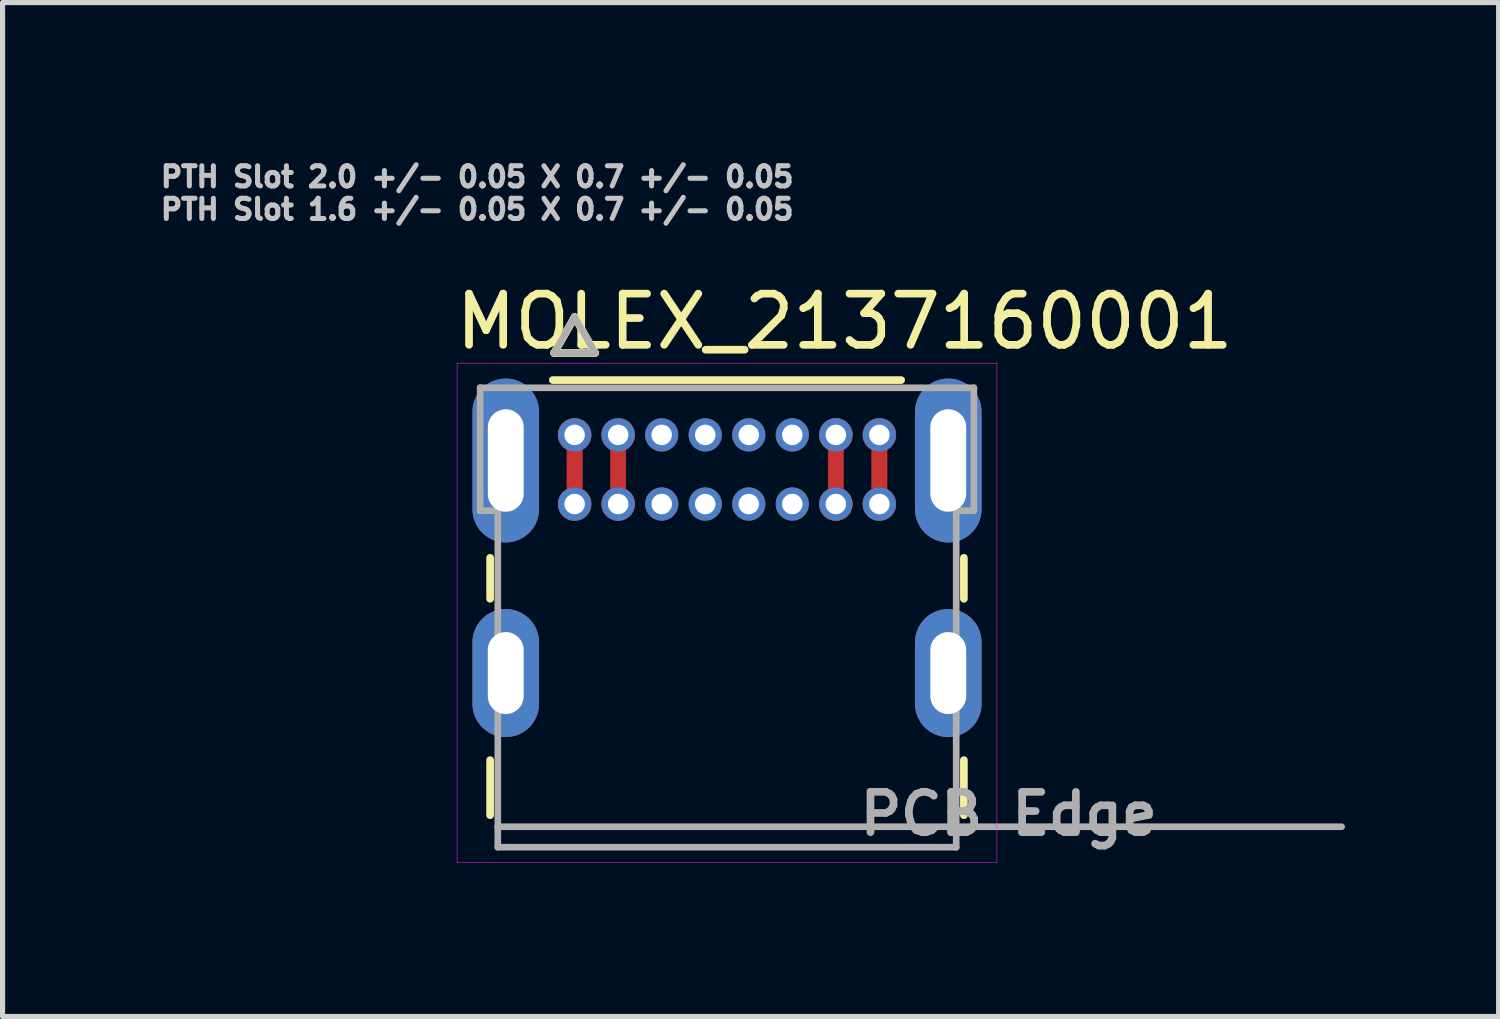
<source format=kicad_pcb>
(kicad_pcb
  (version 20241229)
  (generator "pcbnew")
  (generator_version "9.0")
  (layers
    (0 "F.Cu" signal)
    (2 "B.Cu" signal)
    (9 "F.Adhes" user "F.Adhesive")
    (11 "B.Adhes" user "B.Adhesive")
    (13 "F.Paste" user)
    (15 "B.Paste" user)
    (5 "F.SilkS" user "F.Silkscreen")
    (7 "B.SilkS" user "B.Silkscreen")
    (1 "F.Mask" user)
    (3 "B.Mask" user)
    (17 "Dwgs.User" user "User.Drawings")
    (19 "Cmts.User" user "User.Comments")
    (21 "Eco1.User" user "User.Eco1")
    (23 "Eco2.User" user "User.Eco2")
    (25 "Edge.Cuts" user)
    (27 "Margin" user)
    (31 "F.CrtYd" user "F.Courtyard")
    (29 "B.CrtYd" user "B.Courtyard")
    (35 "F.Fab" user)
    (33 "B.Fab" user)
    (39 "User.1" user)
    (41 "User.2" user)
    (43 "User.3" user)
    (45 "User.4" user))
  (footprint "MOLEX_2137160001"
    (layer "F.Cu")
    (at 11.144 13.091)
    (property "Reference" "MOLEX_2137160001" (at 2.297 -9.863 0) (layer "F.SilkS") (effects (font (size 1 1) (thickness 0.15))))
    (attr through_hole)
    (fp_poly (pts (xy -2.825 -6.587) (xy -2.775 -6.555) (xy -2.733 -6.516) (xy -2.699 -6.47) (xy -2.673 -6.419) (xy -2.657 -6.364) (xy -2.651 -6.307) (xy -2.655 -6.25) (xy -2.669 -6.194) (xy -2.692 -6.142) (xy -2.724 -6.095) (xy -2.764 -6.054) (xy -2.811 -6.021) (xy -2.863 -5.996) (xy -2.918 -5.981) (xy -2.975 -5.976) (xy -3.032 -5.981) (xy -3.087 -5.996) (xy -3.139 -6.021) (xy -3.186 -6.054) (xy -3.226 -6.095) (xy -3.258 -6.142) (xy -3.281 -6.194) (xy -3.295 -6.25) (xy -3.299 -6.307) (xy -3.293 -6.364) (xy -3.277 -6.419) (xy -3.251 -6.47) (xy -3.217 -6.516) (xy -3.175 -6.555) (xy -3.125 -6.587) (xy -3.125 -7.363) (xy -3.175 -7.395) (xy -3.217 -7.434) (xy -3.251 -7.48) (xy -3.277 -7.531) (xy -3.293 -7.586) (xy -3.299 -7.643) (xy -3.295 -7.7) (xy -3.281 -7.756) (xy -3.258 -7.808) (xy -3.226 -7.855) (xy -3.186 -7.896) (xy -3.139 -7.929) (xy -3.087 -7.954) (xy -3.032 -7.969) (xy -2.975 -7.974) (xy -2.918 -7.969) (xy -2.863 -7.954) (xy -2.811 -7.929) (xy -2.764 -7.896) (xy -2.724 -7.855) (xy -2.692 -7.808) (xy -2.669 -7.756) (xy -2.655 -7.7) (xy -2.651 -7.643) (xy -2.657 -7.586) (xy -2.673 -7.531) (xy -2.699 -7.48) (xy -2.733 -7.434) (xy -2.775 -7.395) (xy -2.825 -7.363) (xy -2.825 -6.587) (xy -2.825 -6.587)) (stroke (width 0.01) (type solid)) (fill yes) (layer "F.Cu"))
    (fp_poly (pts (xy -1.975 -6.587) (xy -1.925 -6.555) (xy -1.883 -6.516) (xy -1.849 -6.47) (xy -1.823 -6.419) (xy -1.807 -6.364) (xy -1.801 -6.307) (xy -1.805 -6.25) (xy -1.819 -6.194) (xy -1.842 -6.142) (xy -1.874 -6.095) (xy -1.914 -6.054) (xy -1.961 -6.021) (xy -2.013 -5.996) (xy -2.068 -5.981) (xy -2.125 -5.976) (xy -2.182 -5.981) (xy -2.237 -5.996) (xy -2.289 -6.021) (xy -2.336 -6.054) (xy -2.376 -6.095) (xy -2.408 -6.142) (xy -2.431 -6.194) (xy -2.445 -6.25) (xy -2.449 -6.307) (xy -2.443 -6.364) (xy -2.427 -6.419) (xy -2.401 -6.47) (xy -2.367 -6.516) (xy -2.325 -6.555) (xy -2.275 -6.587) (xy -2.275 -7.363) (xy -2.325 -7.395) (xy -2.367 -7.434) (xy -2.401 -7.48) (xy -2.427 -7.531) (xy -2.443 -7.586) (xy -2.449 -7.643) (xy -2.445 -7.7) (xy -2.431 -7.756) (xy -2.408 -7.808) (xy -2.376 -7.855) (xy -2.336 -7.896) (xy -2.289 -7.929) (xy -2.237 -7.954) (xy -2.182 -7.969) (xy -2.125 -7.974) (xy -2.068 -7.969) (xy -2.013 -7.954) (xy -1.961 -7.929) (xy -1.914 -7.896) (xy -1.874 -7.855) (xy -1.842 -7.808) (xy -1.819 -7.756) (xy -1.805 -7.7) (xy -1.801 -7.643) (xy -1.807 -7.586) (xy -1.823 -7.531) (xy -1.849 -7.48) (xy -1.883 -7.434) (xy -1.925 -7.395) (xy -1.975 -7.363) (xy -1.975 -6.587) (xy -1.975 -6.587)) (stroke (width 0.01) (type solid)) (fill yes) (layer "F.Cu"))
    (fp_poly (pts (xy 1.975 -7.363) (xy 1.975 -6.587) (xy 1.925 -6.555) (xy 1.883 -6.516) (xy 1.849 -6.47) (xy 1.823 -6.419) (xy 1.807 -6.364) (xy 1.801 -6.307) (xy 1.805 -6.25) (xy 1.819 -6.194) (xy 1.842 -6.142) (xy 1.874 -6.095) (xy 1.914 -6.054) (xy 1.961 -6.021) (xy 2.013 -5.996) (xy 2.068 -5.981) (xy 2.125 -5.976) (xy 2.182 -5.981) (xy 2.237 -5.996) (xy 2.289 -6.021) (xy 2.336 -6.054) (xy 2.376 -6.095) (xy 2.408 -6.142) (xy 2.431 -6.194) (xy 2.445 -6.25) (xy 2.449 -6.307) (xy 2.443 -6.364) (xy 2.427 -6.419) (xy 2.401 -6.47) (xy 2.367 -6.516) (xy 2.325 -6.555) (xy 2.275 -6.587) (xy 2.275 -7.363) (xy 2.325 -7.395) (xy 2.367 -7.434) (xy 2.401 -7.48) (xy 2.427 -7.531) (xy 2.443 -7.586) (xy 2.449 -7.643) (xy 2.445 -7.7) (xy 2.431 -7.756) (xy 2.408 -7.808) (xy 2.376 -7.855) (xy 2.336 -7.896) (xy 2.289 -7.929) (xy 2.237 -7.954) (xy 2.182 -7.969) (xy 2.125 -7.974) (xy 2.068 -7.969) (xy 2.013 -7.954) (xy 1.961 -7.929) (xy 1.914 -7.896) (xy 1.874 -7.855) (xy 1.842 -7.808) (xy 1.819 -7.756) (xy 1.805 -7.7) (xy 1.801 -7.643) (xy 1.807 -7.586) (xy 1.823 -7.531) (xy 1.849 -7.48) (xy 1.883 -7.434) (xy 1.925 -7.395) (xy 1.975 -7.363) (xy 1.975 -7.363)) (stroke (width 0.01) (type solid)) (fill yes) (layer "F.Cu"))
    (fp_poly (pts (xy 3.125 -6.587) (xy 3.175 -6.555) (xy 3.217 -6.516) (xy 3.251 -6.47) (xy 3.277 -6.419) (xy 3.293 -6.364) (xy 3.299 -6.307) (xy 3.295 -6.25) (xy 3.281 -6.194) (xy 3.258 -6.142) (xy 3.226 -6.095) (xy 3.186 -6.054) (xy 3.139 -6.021) (xy 3.087 -5.996) (xy 3.032 -5.981) (xy 2.975 -5.976) (xy 2.918 -5.981) (xy 2.863 -5.996) (xy 2.811 -6.021) (xy 2.764 -6.054) (xy 2.724 -6.095) (xy 2.692 -6.142) (xy 2.669 -6.194) (xy 2.655 -6.25) (xy 2.651 -6.307) (xy 2.657 -6.364) (xy 2.673 -6.419) (xy 2.699 -6.47) (xy 2.733 -6.516) (xy 2.775 -6.555) (xy 2.825 -6.587) (xy 2.825 -7.363) (xy 2.775 -7.395) (xy 2.733 -7.434) (xy 2.699 -7.48) (xy 2.673 -7.531) (xy 2.657 -7.586) (xy 2.651 -7.643) (xy 2.655 -7.7) (xy 2.669 -7.756) (xy 2.692 -7.808) (xy 2.724 -7.855) (xy 2.764 -7.896) (xy 2.811 -7.929) (xy 2.863 -7.954) (xy 2.918 -7.969) (xy 2.975 -7.974) (xy 3.032 -7.969) (xy 3.087 -7.954) (xy 3.139 -7.929) (xy 3.186 -7.896) (xy 3.226 -7.855) (xy 3.258 -7.808) (xy 3.281 -7.756) (xy 3.295 -7.7) (xy 3.299 -7.643) (xy 3.293 -7.586) (xy 3.277 -7.531) (xy 3.251 -7.48) (xy 3.217 -7.434) (xy 3.175 -7.395) (xy 3.125 -7.363) (xy 3.125 -6.587) (xy 3.125 -6.587)) (stroke (width 0.01) (type solid)) (fill yes) (layer "F.Cu"))
    (fp_circle (center -1.275 -7.65) (end -1.081 -7.65) (stroke (width 0.388) (type solid)) (fill no) (layer "F.Mask"))
    (fp_circle (center -1.275 -6.3) (end -1.081 -6.3) (stroke (width 0.388) (type solid)) (fill no) (layer "F.Mask"))
    (fp_circle (center -0.425 -7.65) (end -0.231 -7.65) (stroke (width 0.388) (type solid)) (fill no) (layer "F.Mask"))
    (fp_circle (center -0.425 -6.3) (end -0.231 -6.3) (stroke (width 0.388) (type solid)) (fill no) (layer "F.Mask"))
    (fp_circle (center 0.425 -7.65) (end 0.619 -7.65) (stroke (width 0.388) (type solid)) (fill no) (layer "F.Mask"))
    (fp_circle (center 0.425 -6.3) (end 0.619 -6.3) (stroke (width 0.388) (type solid)) (fill no) (layer "F.Mask"))
    (fp_circle (center 1.275 -7.65) (end 1.469 -7.65) (stroke (width 0.388) (type solid)) (fill no) (layer "F.Mask"))
    (fp_circle (center 1.275 -6.3) (end 1.469 -6.3) (stroke (width 0.388) (type solid)) (fill no) (layer "F.Mask"))
    (fp_poly (pts (xy -3.188 -7.327) (xy -3.188 -6.623) (xy -3.238 -6.584) (xy -3.283 -6.535) (xy -3.318 -6.48) (xy -3.344 -6.418) (xy -3.359 -6.354) (xy -3.362 -6.288) (xy -3.355 -6.222) (xy -3.336 -6.159) (xy -3.306 -6.099) (xy -3.267 -6.046) (xy -3.22 -6) (xy -3.165 -5.962) (xy -3.105 -5.935) (xy -3.041 -5.918) (xy -2.975 -5.912) (xy -2.909 -5.918) (xy -2.845 -5.935) (xy -2.785 -5.962) (xy -2.73 -6) (xy -2.683 -6.046) (xy -2.644 -6.099) (xy -2.614 -6.159) (xy -2.595 -6.222) (xy -2.588 -6.288) (xy -2.591 -6.354) (xy -2.606 -6.418) (xy -2.632 -6.48) (xy -2.667 -6.535) (xy -2.712 -6.584) (xy -2.761 -6.623) (xy -2.761 -7.327) (xy -2.712 -7.366) (xy -2.667 -7.415) (xy -2.632 -7.47) (xy -2.606 -7.532) (xy -2.591 -7.596) (xy -2.588 -7.662) (xy -2.595 -7.728) (xy -2.614 -7.791) (xy -2.644 -7.851) (xy -2.683 -7.904) (xy -2.73 -7.95) (xy -2.785 -7.988) (xy -2.845 -8.015) (xy -2.909 -8.032) (xy -2.975 -8.038) (xy -3.041 -8.032) (xy -3.105 -8.015) (xy -3.165 -7.988) (xy -3.22 -7.95) (xy -3.267 -7.904) (xy -3.306 -7.851) (xy -3.336 -7.791) (xy -3.355 -7.728) (xy -3.362 -7.662) (xy -3.359 -7.596) (xy -3.344 -7.532) (xy -3.318 -7.47) (xy -3.283 -7.415) (xy -3.238 -7.366) (xy -3.188 -7.327) (xy -3.188 -7.327)) (stroke (width 0.01) (type solid)) (fill yes) (layer "F.Mask"))
    (fp_poly (pts (xy -1.911 -6.623) (xy -1.862 -6.584) (xy -1.817 -6.535) (xy -1.782 -6.48) (xy -1.756 -6.418) (xy -1.741 -6.354) (xy -1.738 -6.288) (xy -1.745 -6.222) (xy -1.764 -6.159) (xy -1.794 -6.099) (xy -1.833 -6.046) (xy -1.88 -6) (xy -1.935 -5.962) (xy -1.995 -5.935) (xy -2.059 -5.918) (xy -2.125 -5.912) (xy -2.191 -5.918) (xy -2.255 -5.935) (xy -2.315 -5.962) (xy -2.37 -6) (xy -2.417 -6.046) (xy -2.456 -6.099) (xy -2.486 -6.159) (xy -2.505 -6.222) (xy -2.512 -6.288) (xy -2.509 -6.354) (xy -2.494 -6.418) (xy -2.468 -6.48) (xy -2.433 -6.535) (xy -2.388 -6.584) (xy -2.338 -6.623) (xy -2.338 -7.327) (xy -2.388 -7.366) (xy -2.433 -7.415) (xy -2.468 -7.47) (xy -2.494 -7.532) (xy -2.509 -7.596) (xy -2.512 -7.662) (xy -2.505 -7.728) (xy -2.486 -7.791) (xy -2.456 -7.851) (xy -2.417 -7.904) (xy -2.37 -7.95) (xy -2.315 -7.988) (xy -2.255 -8.015) (xy -2.191 -8.032) (xy -2.125 -8.038) (xy -2.059 -8.032) (xy -1.995 -8.015) (xy -1.935 -7.988) (xy -1.88 -7.95) (xy -1.833 -7.904) (xy -1.794 -7.851) (xy -1.764 -7.791) (xy -1.745 -7.728) (xy -1.738 -7.662) (xy -1.741 -7.596) (xy -1.756 -7.532) (xy -1.782 -7.47) (xy -1.817 -7.415) (xy -1.862 -7.366) (xy -1.911 -7.327) (xy -1.911 -6.623) (xy -1.911 -6.623)) (stroke (width 0.01) (type solid)) (fill yes) (layer "F.Mask"))
    (fp_poly (pts (xy 2.338 -6.623) (xy 2.388 -6.584) (xy 2.433 -6.535) (xy 2.468 -6.48) (xy 2.494 -6.418) (xy 2.509 -6.354) (xy 2.512 -6.288) (xy 2.505 -6.222) (xy 2.486 -6.159) (xy 2.456 -6.099) (xy 2.417 -6.046) (xy 2.37 -6) (xy 2.315 -5.962) (xy 2.255 -5.935) (xy 2.191 -5.918) (xy 2.125 -5.912) (xy 2.059 -5.918) (xy 1.995 -5.935) (xy 1.935 -5.962) (xy 1.88 -6) (xy 1.833 -6.046) (xy 1.794 -6.099) (xy 1.764 -6.159) (xy 1.745 -6.222) (xy 1.738 -6.288) (xy 1.741 -6.354) (xy 1.756 -6.418) (xy 1.782 -6.48) (xy 1.817 -6.535) (xy 1.862 -6.584) (xy 1.911 -6.623) (xy 1.911 -7.327) (xy 1.862 -7.366) (xy 1.817 -7.415) (xy 1.782 -7.47) (xy 1.756 -7.532) (xy 1.741 -7.596) (xy 1.738 -7.662) (xy 1.745 -7.728) (xy 1.764 -7.791) (xy 1.794 -7.851) (xy 1.833 -7.904) (xy 1.88 -7.95) (xy 1.935 -7.988) (xy 1.995 -8.015) (xy 2.059 -8.032) (xy 2.125 -8.038) (xy 2.191 -8.032) (xy 2.255 -8.015) (xy 2.315 -7.988) (xy 2.37 -7.95) (xy 2.417 -7.904) (xy 2.456 -7.851) (xy 2.486 -7.791) (xy 2.505 -7.728) (xy 2.512 -7.662) (xy 2.509 -7.596) (xy 2.494 -7.532) (xy 2.468 -7.47) (xy 2.433 -7.415) (xy 2.388 -7.366) (xy 2.338 -7.327) (xy 2.338 -6.623) (xy 2.338 -6.623)) (stroke (width 0.01) (type solid)) (fill yes) (layer "F.Mask"))
    (fp_poly (pts (xy 2.761 -7.327) (xy 2.761 -6.623) (xy 2.712 -6.584) (xy 2.667 -6.535) (xy 2.632 -6.48) (xy 2.606 -6.418) (xy 2.591 -6.354) (xy 2.588 -6.288) (xy 2.595 -6.222) (xy 2.614 -6.159) (xy 2.644 -6.099) (xy 2.683 -6.046) (xy 2.73 -6) (xy 2.785 -5.962) (xy 2.845 -5.935) (xy 2.909 -5.918) (xy 2.975 -5.912) (xy 3.041 -5.918) (xy 3.105 -5.935) (xy 3.165 -5.962) (xy 3.22 -6) (xy 3.267 -6.046) (xy 3.306 -6.099) (xy 3.336 -6.159) (xy 3.355 -6.222) (xy 3.362 -6.288) (xy 3.359 -6.354) (xy 3.344 -6.418) (xy 3.318 -6.48) (xy 3.283 -6.535) (xy 3.238 -6.584) (xy 3.188 -6.623) (xy 3.188 -7.327) (xy 3.238 -7.366) (xy 3.283 -7.415) (xy 3.318 -7.47) (xy 3.344 -7.532) (xy 3.359 -7.596) (xy 3.362 -7.662) (xy 3.355 -7.728) (xy 3.336 -7.791) (xy 3.306 -7.851) (xy 3.267 -7.904) (xy 3.22 -7.95) (xy 3.165 -7.988) (xy 3.105 -8.015) (xy 3.041 -8.032) (xy 2.975 -8.038) (xy 2.909 -8.032) (xy 2.845 -8.015) (xy 2.785 -7.988) (xy 2.73 -7.95) (xy 2.683 -7.904) (xy 2.644 -7.851) (xy 2.614 -7.791) (xy 2.595 -7.728) (xy 2.588 -7.662) (xy 2.591 -7.596) (xy 2.606 -7.532) (xy 2.632 -7.47) (xy 2.667 -7.415) (xy 2.712 -7.366) (xy 2.761 -7.327) (xy 2.761 -7.327)) (stroke (width 0.01) (type solid)) (fill yes) (layer "F.Mask"))
    (fp_circle (center -2.975 -7.65) (end -2.781 -7.65) (stroke (width 0.388) (type solid)) (fill no) (layer "B.Mask"))
    (fp_circle (center -2.975 -6.3) (end -2.781 -6.3) (stroke (width 0.388) (type solid)) (fill no) (layer "B.Mask"))
    (fp_circle (center -2.125 -7.65) (end -1.931 -7.65) (stroke (width 0.388) (type solid)) (fill no) (layer "B.Mask"))
    (fp_circle (center -2.125 -6.3) (end -1.931 -6.3) (stroke (width 0.388) (type solid)) (fill no) (layer "B.Mask"))
    (fp_circle (center -1.275 -7.65) (end -1.081 -7.65) (stroke (width 0.388) (type solid)) (fill no) (layer "B.Mask"))
    (fp_circle (center -1.275 -6.3) (end -1.081 -6.3) (stroke (width 0.388) (type solid)) (fill no) (layer "B.Mask"))
    (fp_circle (center -0.425 -7.65) (end -0.231 -7.65) (stroke (width 0.388) (type solid)) (fill no) (layer "B.Mask"))
    (fp_circle (center -0.425 -6.3) (end -0.231 -6.3) (stroke (width 0.388) (type solid)) (fill no) (layer "B.Mask"))
    (fp_circle (center 0.425 -7.65) (end 0.619 -7.65) (stroke (width 0.388) (type solid)) (fill no) (layer "B.Mask"))
    (fp_circle (center 0.425 -6.3) (end 0.619 -6.3) (stroke (width 0.388) (type solid)) (fill no) (layer "B.Mask"))
    (fp_circle (center 1.275 -7.65) (end 1.469 -7.65) (stroke (width 0.388) (type solid)) (fill no) (layer "B.Mask"))
    (fp_circle (center 1.275 -6.3) (end 1.469 -6.3) (stroke (width 0.388) (type solid)) (fill no) (layer "B.Mask"))
    (fp_circle (center 2.125 -7.65) (end 2.319 -7.65) (stroke (width 0.388) (type solid)) (fill no) (layer "B.Mask"))
    (fp_circle (center 2.125 -6.3) (end 2.319 -6.3) (stroke (width 0.388) (type solid)) (fill no) (layer "B.Mask"))
    (fp_circle (center 2.975 -7.65) (end 3.169 -7.65) (stroke (width 0.388) (type solid)) (fill no) (layer "B.Mask"))
    (fp_circle (center 2.975 -6.3) (end 3.169 -6.3) (stroke (width 0.388) (type solid)) (fill no) (layer "B.Mask"))
    (fp_line (start -4.625 -5.25) (end -4.625 -4.45) (stroke (width 0.15) (type solid)) (layer "F.SilkS"))
    (fp_line (start -4.625 -0.225) (end -4.625 -1.3) (stroke (width 0.15) (type solid)) (layer "F.SilkS"))
    (fp_line (start -3.375 -9.25) (end -2.575 -9.25) (stroke (width 0.15) (type solid)) (layer "F.SilkS"))
    (fp_line (start -2.975 -9.95) (end -3.375 -9.25) (stroke (width 0.15) (type solid)) (layer "F.SilkS"))
    (fp_line (start -2.575 -9.25) (end -2.975 -9.95) (stroke (width 0.15) (type solid)) (layer "F.SilkS"))
    (fp_line (start 3.4 -8.72) (end -3.4 -8.72) (stroke (width 0.15) (type solid)) (layer "F.SilkS"))
    (fp_line (start 4.625 -4.45) (end 4.625 -5.25) (stroke (width 0.15) (type solid)) (layer "F.SilkS"))
    (fp_line (start 4.625 -0.225) (end 4.625 -1.3) (stroke (width 0.15) (type solid)) (layer "F.SilkS"))
    (fp_line (start -5.27 -9.05) (end -5.27 0.7) (stroke (width 0.01) (type solid)) (layer "F.CrtYd"))
    (fp_line (start -5.27 0.7) (end 5.27 0.7) (stroke (width 0.01) (type solid)) (layer "F.CrtYd"))
    (fp_line (start 5.27 -9.05) (end -5.27 -9.05) (stroke (width 0.01) (type solid)) (layer "F.CrtYd"))
    (fp_line (start 5.27 0.7) (end 5.27 -9.05) (stroke (width 0.01) (type solid)) (layer "F.CrtYd"))
    (fp_line (start -4.82 -8.57) (end -4.82 -6.17) (stroke (width 0.13) (type solid)) (layer "F.Fab"))
    (fp_line (start -4.82 -6.17) (end -4.475 -6.17) (stroke (width 0.13) (type solid)) (layer "F.Fab"))
    (fp_line (start -4.475 -6.17) (end -4.475 0) (stroke (width 0.13) (type solid)) (layer "F.Fab"))
    (fp_line (start -4.475 0) (end -4.475 0.4) (stroke (width 0.13) (type solid)) (layer "F.Fab"))
    (fp_line (start -4.475 0) (end 12 0) (stroke (width 0.13) (type solid)) (layer "F.Fab"))
    (fp_line (start -4.475 0.4) (end 4.475 0.4) (stroke (width 0.13) (type solid)) (layer "F.Fab"))
    (fp_line (start -3.375 -9.25) (end -2.575 -9.25) (stroke (width 0.13) (type solid)) (layer "F.Fab"))
    (fp_line (start -2.975 -9.95) (end -3.375 -9.25) (stroke (width 0.13) (type solid)) (layer "F.Fab"))
    (fp_line (start -2.575 -9.25) (end -2.975 -9.95) (stroke (width 0.13) (type solid)) (layer "F.Fab"))
    (fp_line (start 4.475 0.4) (end 4.475 -6.17) (stroke (width 0.13) (type solid)) (layer "F.Fab"))
    (fp_line (start 4.82 -8.57) (end -4.82 -8.57) (stroke (width 0.13) (type solid)) (layer "F.Fab"))
    (fp_line (start 4.82 -8.57) (end 4.82 -6.17) (stroke (width 0.13) (type solid)) (layer "F.Fab"))
    (fp_line (start 4.82 -6.17) (end 4.475 -6.17) (stroke (width 0.13) (type solid)) (layer "F.Fab"))
    (fp_text user "PTH Slot 2.0 +/- 0.05 X 0.7 +/- 0.05" (at -4.878 -12.688 0) (layer "Dwgs.User") (effects (font (size 0.394 0.394) (thickness 0.15))))
    (fp_text user "PTH Slot 1.6 +/- 0.05 X 0.7 +/- 0.05" (at -4.878 -12.053 0) (layer "Dwgs.User") (effects (font (size 0.394 0.394) (thickness 0.15))))
    (fp_text user "PCB Edge" (at 5.5 -0.25 0) (layer "F.Fab") (effects (font (size 0.787 0.787) (thickness 0.15))))
    (pad "A1" thru_hole circle (at -2.975 -7.65) (size 0.648 0.648) (drill 0.4) (layers "*.Cu"))
    (pad "A4" thru_hole circle (at -2.125 -7.65) (size 0.648 0.648) (drill 0.4) (layers "*.Cu"))
    (pad "A5" thru_hole circle (at -1.275 -7.65) (size 0.648 0.648) (drill 0.4) (layers "*.Cu"))
    (pad "A6" thru_hole circle (at -0.425 -7.65) (size 0.648 0.648) (drill 0.4) (layers "*.Cu"))
    (pad "A7" thru_hole circle (at 0.425 -7.65) (size 0.648 0.648) (drill 0.4) (layers "*.Cu"))
    (pad "A8" thru_hole circle (at 1.275 -7.65) (size 0.648 0.648) (drill 0.4) (layers "*.Cu"))
    (pad "A9" thru_hole circle (at 2.125 -7.65) (size 0.648 0.648) (drill 0.4) (layers "*.Cu"))
    (pad "A12" thru_hole circle (at 2.975 -7.65) (size 0.648 0.648) (drill 0.4) (layers "*.Cu"))
    (pad "B1" thru_hole circle (at 2.975 -6.3) (size 0.648 0.648) (drill 0.4) (layers "*.Cu"))
    (pad "B4" thru_hole circle (at 2.125 -6.3) (size 0.648 0.648) (drill 0.4) (layers "*.Cu"))
    (pad "B5" thru_hole circle (at 1.275 -6.3) (size 0.648 0.648) (drill 0.4) (layers "*.Cu"))
    (pad "B6" thru_hole circle (at 0.425 -6.3) (size 0.648 0.648) (drill 0.4) (layers "*.Cu"))
    (pad "B7" thru_hole circle (at -0.425 -6.3) (size 0.648 0.648) (drill 0.4) (layers "*.Cu"))
    (pad "B8" thru_hole circle (at -1.275 -6.3) (size 0.648 0.648) (drill 0.4) (layers "*.Cu"))
    (pad "B9" thru_hole circle (at -2.125 -6.3) (size 0.648 0.648) (drill 0.4) (layers "*.Cu"))
    (pad "B12" thru_hole circle (at -2.975 -6.3) (size 0.648 0.648) (drill 0.4) (layers "*.Cu"))
    (pad "S1" thru_hole oval (at -4.32 -7.15) (size 1.3 3.2) (drill oval 0.7 2) (layers "*.Cu" "*.Mask"))
    (pad "S1" thru_hole oval (at -4.32 -3) (size 1.3 2.5) (drill oval 0.7 1.6) (layers "*.Cu" "*.Mask"))
    (pad "S1" thru_hole oval (at 4.32 -7.15) (size 1.3 3.2) (drill oval 0.7 2) (layers "*.Cu" "*.Mask"))
    (pad "S1" thru_hole oval (at 4.32 -3) (size 1.3 2.5) (drill oval 0.7 1.6) (layers "*.Cu" "*.Mask")))
  (gr_rect
    (start -3 -3)
    (end 26.209 16.796)
    (stroke (width 0.1) (type default))
    (fill no)
    (layer "Edge.Cuts")))
</source>
